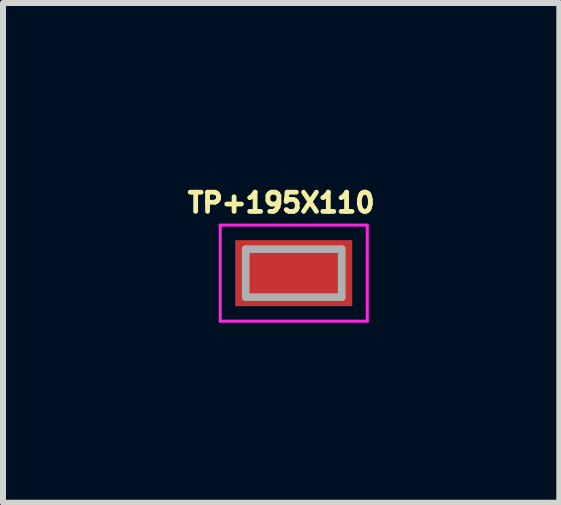
<source format=kicad_pcb>
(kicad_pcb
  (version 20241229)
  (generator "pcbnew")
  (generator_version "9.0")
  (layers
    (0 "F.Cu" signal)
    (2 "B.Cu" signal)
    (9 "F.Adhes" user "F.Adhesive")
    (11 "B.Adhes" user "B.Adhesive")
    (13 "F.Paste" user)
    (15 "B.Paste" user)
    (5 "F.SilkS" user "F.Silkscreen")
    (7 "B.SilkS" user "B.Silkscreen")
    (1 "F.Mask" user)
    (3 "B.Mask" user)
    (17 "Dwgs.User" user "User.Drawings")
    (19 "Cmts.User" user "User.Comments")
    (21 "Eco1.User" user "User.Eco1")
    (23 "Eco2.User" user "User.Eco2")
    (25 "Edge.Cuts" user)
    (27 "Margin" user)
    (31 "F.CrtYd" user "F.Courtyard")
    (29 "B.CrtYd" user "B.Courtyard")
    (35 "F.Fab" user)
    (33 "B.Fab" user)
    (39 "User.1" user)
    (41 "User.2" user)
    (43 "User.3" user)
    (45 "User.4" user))
  (footprint "TP+195X110"
    (layer "F.Cu")
    (at 1.844 1.501)
    (property "Reference" "TP+195X110" (at -0.209 -1.173 0) (layer "F.SilkS") (effects (font (size 0.32 0.32) (thickness 0.15))))
    (attr through_hole)
    (fp_line (start -1.225 -0.8) (end 1.225 -0.8) (stroke (width 0.05) (type solid)) (layer "F.CrtYd"))
    (fp_line (start -1.225 0.8) (end -1.225 -0.8) (stroke (width 0.05) (type solid)) (layer "F.CrtYd"))
    (fp_line (start 1.225 -0.8) (end 1.225 0.8) (stroke (width 0.05) (type solid)) (layer "F.CrtYd"))
    (fp_line (start 1.225 0.8) (end -1.225 0.8) (stroke (width 0.05) (type solid)) (layer "F.CrtYd"))
    (fp_line (start -0.8 -0.4) (end 0.8 -0.4) (stroke (width 0.127) (type solid)) (layer "F.Fab"))
    (fp_line (start -0.8 0.4) (end -0.8 -0.4) (stroke (width 0.127) (type solid)) (layer "F.Fab"))
    (fp_line (start 0.8 -0.4) (end 0.8 0.4) (stroke (width 0.127) (type solid)) (layer "F.Fab"))
    (fp_line (start 0.8 0.4) (end -0.8 0.4) (stroke (width 0.127) (type solid)) (layer "F.Fab"))
    (pad "1" smd rect (at 0 0) (size 1.95 1.1) (layers "F.Cu" "F.Mask" "F.Paste")))
  (gr_rect
    (start -3 -3)
    (end 6.269 5.326)
    (stroke (width 0.1) (type default))
    (fill no)
    (layer "Edge.Cuts")))
</source>
